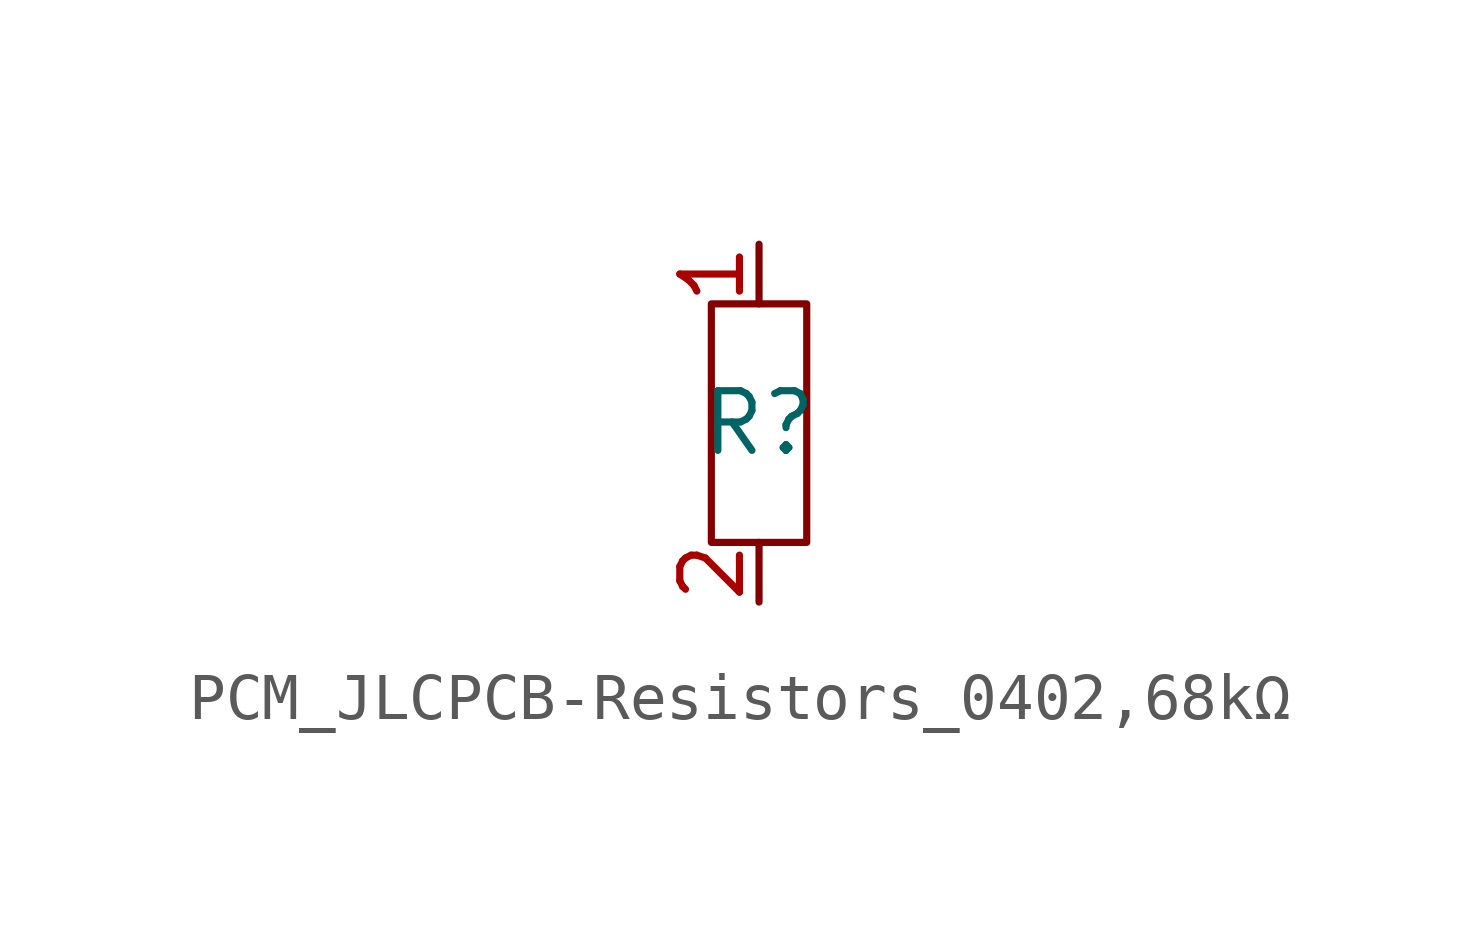
<source format=kicad_sym>
(kicad_symbol_lib
  (version 20241209)
  (generator "kicad_symbol_editor")
  (generator_version "9.0")
  (symbol "PCM_JLCPCB-Resistors_0402,68kΩ"
    (property "Reference" "R"
      (at 0 0 0)
      (effects (font (size 1.27 1.27))))
    (symbol "PCM_JLCPCB-Resistors_0402,68kΩ_1_0"
      (rectangle (start -1.016 2.54) (end 1.016 -2.54) (stroke (width 0) (type default)) (fill (type none)))
      (pin unspecified line (at 0 3.81 270) (length 1.27) (name "~" (effects (font (size 1.27 1.27)))) (number "1" (effects (font (size 1.27 1.27)))))
      (pin unspecified line (at 0 -3.81 90) (length 1.27) (name "~" (effects (font (size 1.27 1.27)))) (number "2" (effects (font (size 1.27 1.27))))))))
</source>
